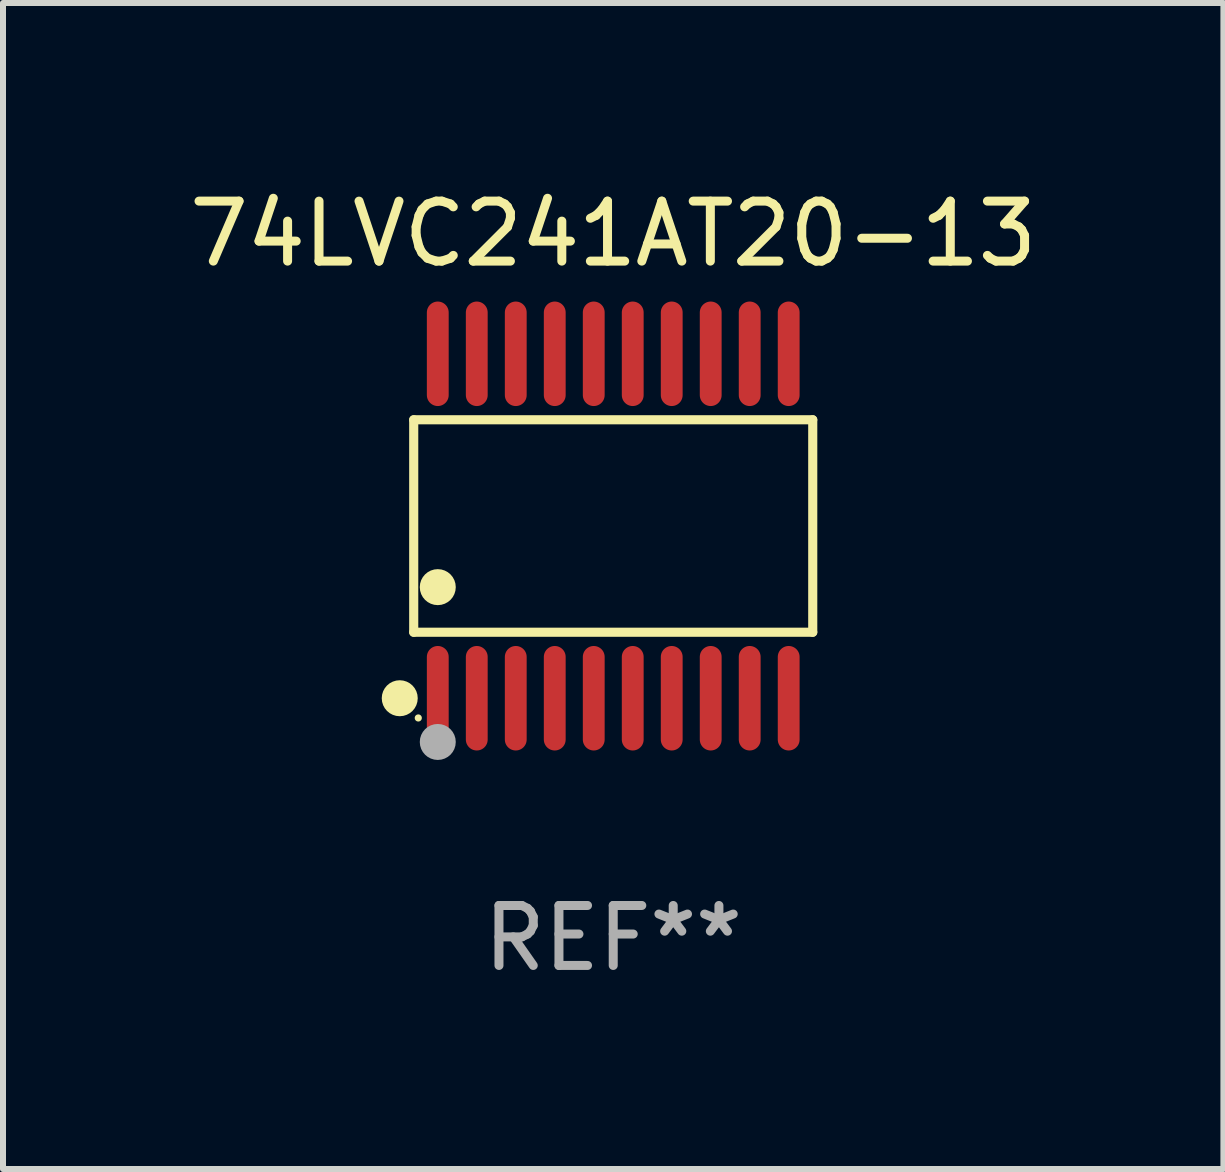
<source format=kicad_pcb>
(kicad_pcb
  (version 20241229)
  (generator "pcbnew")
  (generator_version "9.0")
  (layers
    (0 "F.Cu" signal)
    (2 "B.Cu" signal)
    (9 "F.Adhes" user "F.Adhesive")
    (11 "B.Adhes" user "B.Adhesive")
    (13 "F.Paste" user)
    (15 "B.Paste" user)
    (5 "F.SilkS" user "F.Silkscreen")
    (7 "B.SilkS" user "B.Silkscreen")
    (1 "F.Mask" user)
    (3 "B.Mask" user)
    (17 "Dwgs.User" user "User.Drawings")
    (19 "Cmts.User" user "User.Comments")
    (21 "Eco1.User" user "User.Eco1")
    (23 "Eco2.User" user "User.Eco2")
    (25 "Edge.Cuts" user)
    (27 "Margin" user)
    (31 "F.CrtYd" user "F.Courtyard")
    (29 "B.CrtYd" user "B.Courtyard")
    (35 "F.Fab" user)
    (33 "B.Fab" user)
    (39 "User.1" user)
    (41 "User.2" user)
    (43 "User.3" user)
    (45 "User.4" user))
  (footprint "74LVC241AT20-13"
    (layer "F.Cu")
    (at 7.173 5.719)
    (property "Reference" "74LVC241AT20-13" (at 0 -4.871 0) (layer "F.SilkS") (effects (font (size 1 1) (thickness 0.15))))
    (attr through_hole)
    (fp_line (start -3.326 -1.771) (end 3.326 -1.771) (stroke (width 0.152) (type solid)) (layer "F.SilkS"))
    (fp_line (start -3.326 1.771) (end -3.326 -1.771) (stroke (width 0.152) (type solid)) (layer "F.SilkS"))
    (fp_line (start 3.326 -1.771) (end 3.326 1.771) (stroke (width 0.152) (type solid)) (layer "F.SilkS"))
    (fp_line (start 3.326 1.771) (end -3.326 1.771) (stroke (width 0.152) (type solid)) (layer "F.SilkS"))
    (fp_circle (center -3.559 2.871) (end -3.409 2.871) (stroke (width 0.3) (type solid)) (fill no) (layer "F.SilkS"))
    (fp_circle (center -3.25 3.2) (end -3.22 3.2) (stroke (width 0.06) (type solid)) (fill no) (layer "F.SilkS"))
    (fp_circle (center -2.925 1.019) (end -2.775 1.019) (stroke (width 0.3) (type solid)) (fill no) (layer "F.SilkS"))
    (fp_circle (center -2.925 3.6) (end -2.775 3.6) (stroke (width 0.3) (type solid)) (fill no) (layer "F.Fab"))
    (fp_text user "REF**" (at 0 6.871 0) (layer "F.Fab") (effects (font (size 1 1) (thickness 0.15))))
    (pad "1" smd oval (at -2.925 2.871) (size 0.364 1.742) (layers "F.Cu" "F.Mask" "F.Paste"))
    (pad "2" smd oval (at -2.275 2.871) (size 0.364 1.742) (layers "F.Cu" "F.Mask" "F.Paste"))
    (pad "3" smd oval (at -1.625 2.871) (size 0.364 1.742) (layers "F.Cu" "F.Mask" "F.Paste"))
    (pad "4" smd oval (at -0.975 2.871) (size 0.364 1.742) (layers "F.Cu" "F.Mask" "F.Paste"))
    (pad "5" smd oval (at -0.325 2.871) (size 0.364 1.742) (layers "F.Cu" "F.Mask" "F.Paste"))
    (pad "6" smd oval (at 0.325 2.871) (size 0.364 1.742) (layers "F.Cu" "F.Mask" "F.Paste"))
    (pad "7" smd oval (at 0.975 2.871) (size 0.364 1.742) (layers "F.Cu" "F.Mask" "F.Paste"))
    (pad "8" smd oval (at 1.625 2.871) (size 0.364 1.742) (layers "F.Cu" "F.Mask" "F.Paste"))
    (pad "9" smd oval (at 2.275 2.871) (size 0.364 1.742) (layers "F.Cu" "F.Mask" "F.Paste"))
    (pad "10" smd oval (at 2.925 2.871) (size 0.364 1.742) (layers "F.Cu" "F.Mask" "F.Paste"))
    (pad "11" smd oval (at 2.925 -2.871) (size 0.364 1.742) (layers "F.Cu" "F.Mask" "F.Paste"))
    (pad "12" smd oval (at 2.275 -2.871) (size 0.364 1.742) (layers "F.Cu" "F.Mask" "F.Paste"))
    (pad "13" smd oval (at 1.625 -2.871) (size 0.364 1.742) (layers "F.Cu" "F.Mask" "F.Paste"))
    (pad "14" smd oval (at 0.975 -2.871) (size 0.364 1.742) (layers "F.Cu" "F.Mask" "F.Paste"))
    (pad "15" smd oval (at 0.325 -2.871) (size 0.364 1.742) (layers "F.Cu" "F.Mask" "F.Paste"))
    (pad "16" smd oval (at -0.325 -2.871) (size 0.364 1.742) (layers "F.Cu" "F.Mask" "F.Paste"))
    (pad "17" smd oval (at -0.975 -2.871) (size 0.364 1.742) (layers "F.Cu" "F.Mask" "F.Paste"))
    (pad "18" smd oval (at -1.625 -2.871) (size 0.364 1.742) (layers "F.Cu" "F.Mask" "F.Paste"))
    (pad "19" smd oval (at -2.275 -2.871) (size 0.364 1.742) (layers "F.Cu" "F.Mask" "F.Paste"))
    (pad "20" smd oval (at -2.925 -2.871) (size 0.364 1.742) (layers "F.Cu" "F.Mask" "F.Paste")))
  (gr_rect
    (start -3 -3)
    (end 17.345 16.438)
    (stroke (width 0.1) (type default))
    (fill no)
    (layer "Edge.Cuts")))
</source>
